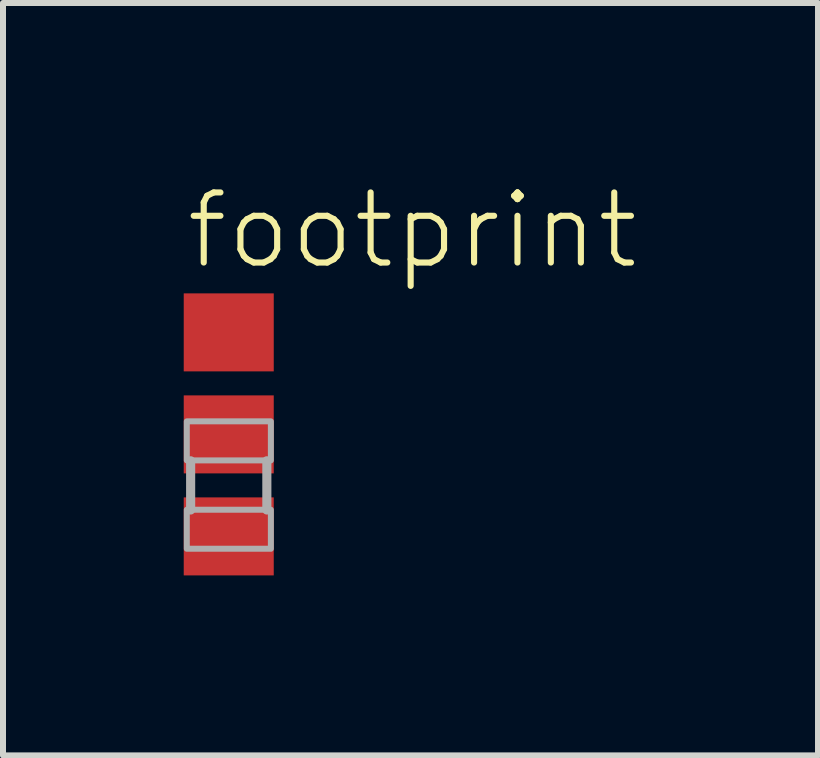
<source format=kicad_pcb>
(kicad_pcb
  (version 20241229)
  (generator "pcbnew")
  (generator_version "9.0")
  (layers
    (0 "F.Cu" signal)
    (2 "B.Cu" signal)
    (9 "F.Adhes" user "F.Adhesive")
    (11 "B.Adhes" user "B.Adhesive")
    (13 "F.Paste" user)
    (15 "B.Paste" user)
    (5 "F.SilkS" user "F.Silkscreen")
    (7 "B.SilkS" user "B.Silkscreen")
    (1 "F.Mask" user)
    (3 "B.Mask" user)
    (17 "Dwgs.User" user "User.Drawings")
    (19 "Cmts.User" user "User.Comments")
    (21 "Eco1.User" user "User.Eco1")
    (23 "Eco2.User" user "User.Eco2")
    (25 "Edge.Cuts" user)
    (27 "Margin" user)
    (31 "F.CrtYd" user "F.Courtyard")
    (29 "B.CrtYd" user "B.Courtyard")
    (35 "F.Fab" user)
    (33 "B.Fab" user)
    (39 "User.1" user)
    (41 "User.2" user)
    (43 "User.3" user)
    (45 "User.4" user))
  (footprint "footprint"
    (layer "F.Cu")
    (at 0.762 4.189)
    (property "Reference" "footprint" (at -0.762 -2.716 0) (layer "F.SilkS") (effects (font (size 1.168 1.168) (thickness 0.102)) (justify left bottom)))
    (fp_line (start -0.635 0.44) (end -0.635 1.26) (stroke (width 0.152) (type solid)) (layer "F.Fab"))
    (fp_line (start 0.635 1.26) (end 0.635 0.44) (stroke (width 0.152) (type solid)) (layer "F.Fab"))
    (fp_poly (pts (xy -0.699 -0.217) (xy -0.699 0.433) (xy 0.702 0.433) (xy 0.702 -0.217)) (stroke (width 0.1) (type solid)) (fill no) (layer "F.Fab"))
    (fp_poly (pts (xy -0.699 1.256) (xy -0.699 1.906) (xy 0.702 1.906) (xy 0.702 1.256)) (stroke (width 0.1) (type solid)) (fill no) (layer "F.Fab"))
    (pad "1" smd rect (at 0 -1.7 270) (size 1.3 1.5) (layers "F.Cu" "F.Mask" "F.Paste"))
    (pad "2" smd rect (at 0 0 270) (size 1.3 1.5) (layers "F.Cu" "F.Mask" "F.Paste"))
    (pad "3" smd rect (at 0 1.7 270) (size 1.3 1.5) (layers "F.Cu" "F.Mask" "F.Paste")))
  (gr_rect
    (start -3 -3)
    (end 10.582 9.539)
    (stroke (width 0.1) (type default))
    (fill no)
    (layer "Edge.Cuts")))
</source>
